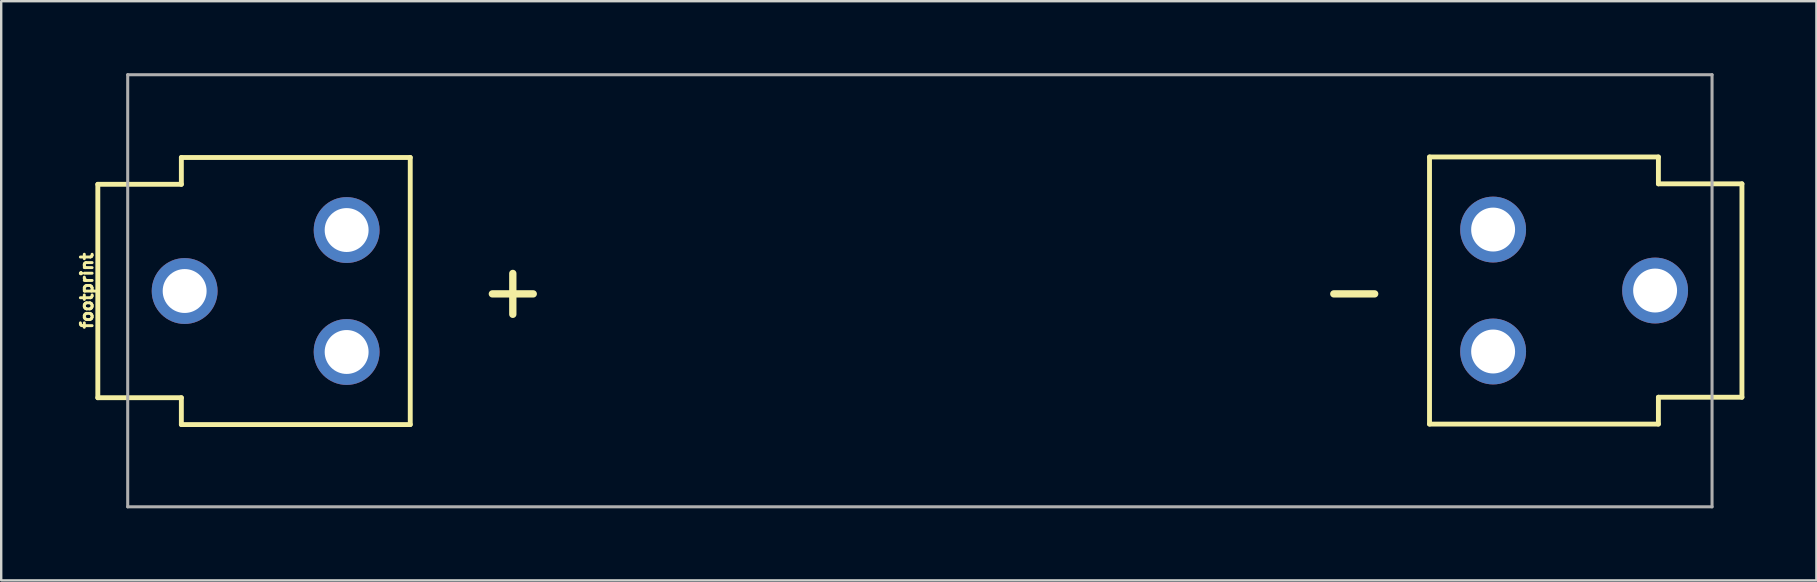
<source format=kicad_pcb>
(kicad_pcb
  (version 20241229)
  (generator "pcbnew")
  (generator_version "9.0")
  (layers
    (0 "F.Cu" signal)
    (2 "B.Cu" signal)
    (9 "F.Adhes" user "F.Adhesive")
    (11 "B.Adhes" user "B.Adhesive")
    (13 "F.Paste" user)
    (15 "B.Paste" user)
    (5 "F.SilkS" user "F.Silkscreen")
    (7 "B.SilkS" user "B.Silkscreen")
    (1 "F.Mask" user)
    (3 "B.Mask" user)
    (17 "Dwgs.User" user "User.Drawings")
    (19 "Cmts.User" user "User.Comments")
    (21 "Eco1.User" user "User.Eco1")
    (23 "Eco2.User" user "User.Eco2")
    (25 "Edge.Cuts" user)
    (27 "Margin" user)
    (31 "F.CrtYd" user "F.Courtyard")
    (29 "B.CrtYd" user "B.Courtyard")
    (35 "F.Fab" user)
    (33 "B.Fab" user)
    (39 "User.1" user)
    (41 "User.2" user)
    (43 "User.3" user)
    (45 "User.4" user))
  (footprint "footprint"
    (layer "F.Cu")
    (at 35.27 9.063)
    (property "Reference" "footprint" (at -34.417 0 90) (layer "F.SilkS") (effects (font (size 0.488 0.488) (thickness 0.122)) (justify bottom)))
    (fp_line (start -34.245 -4.435) (end -30.765 -4.435) (stroke (width 0.203) (type solid)) (layer "F.SilkS"))
    (fp_line (start -34.245 4.455) (end -34.245 -4.435) (stroke (width 0.203) (type solid)) (layer "F.SilkS"))
    (fp_line (start -30.765 -5.553) (end -21.23 -5.553) (stroke (width 0.203) (type solid)) (layer "F.SilkS"))
    (fp_line (start -30.765 -4.435) (end -30.765 -5.553) (stroke (width 0.203) (type solid)) (layer "F.SilkS"))
    (fp_line (start -30.765 4.455) (end -34.245 4.455) (stroke (width 0.203) (type solid)) (layer "F.SilkS"))
    (fp_line (start -30.765 5.573) (end -30.765 4.455) (stroke (width 0.203) (type solid)) (layer "F.SilkS"))
    (fp_line (start -21.23 -5.553) (end -21.23 5.573) (stroke (width 0.203) (type solid)) (layer "F.SilkS"))
    (fp_line (start -21.23 5.573) (end -30.765 5.573) (stroke (width 0.203) (type solid)) (layer "F.SilkS"))
    (fp_line (start 21.23 -5.573) (end 30.765 -5.573) (stroke (width 0.203) (type solid)) (layer "F.SilkS"))
    (fp_line (start 21.23 5.553) (end 21.23 -5.573) (stroke (width 0.203) (type solid)) (layer "F.SilkS"))
    (fp_line (start 30.765 -5.573) (end 30.765 -4.455) (stroke (width 0.203) (type solid)) (layer "F.SilkS"))
    (fp_line (start 30.765 -4.455) (end 34.245 -4.455) (stroke (width 0.203) (type solid)) (layer "F.SilkS"))
    (fp_line (start 30.765 4.435) (end 30.765 5.553) (stroke (width 0.203) (type solid)) (layer "F.SilkS"))
    (fp_line (start 30.765 5.553) (end 21.23 5.553) (stroke (width 0.203) (type solid)) (layer "F.SilkS"))
    (fp_line (start 34.245 -4.455) (end 34.245 4.435) (stroke (width 0.203) (type solid)) (layer "F.SilkS"))
    (fp_line (start 34.245 4.435) (end 30.765 4.435) (stroke (width 0.203) (type solid)) (layer "F.SilkS"))
    (fp_line (start -33 -9) (end -33 9) (stroke (width 0.127) (type solid)) (layer "F.Fab"))
    (fp_line (start -33 -9) (end 33 -9) (stroke (width 0.127) (type solid)) (layer "F.Fab"))
    (fp_line (start 33 -9) (end 33 9) (stroke (width 0.127) (type solid)) (layer "F.Fab"))
    (fp_line (start 33 9) (end -33 9) (stroke (width 0.127) (type solid)) (layer "F.Fab"))
    (fp_text user "-" (at 16.51 1.27 0) (layer "F.SilkS") (effects (font (size 2.235 2.235) (thickness 0.305)) (justify left bottom)))
    (fp_text user "+" (at -18.542 1.27 0) (layer "F.SilkS") (effects (font (size 2.235 2.235) (thickness 0.305)) (justify left bottom)))
    (pad "GND@1" thru_hole circle (at 30.628 -0.01 180) (size 2.743 2.743) (drill 1.829) (layers "*.Cu" "*.Mask"))
    (pad "GND@2" thru_hole circle (at 23.88 -2.55 270) (size 2.743 2.743) (drill 1.829) (layers "*.Cu" "*.Mask"))
    (pad "GND@3" thru_hole circle (at 23.88 2.53 270) (size 2.743 2.743) (drill 1.829) (layers "*.Cu" "*.Mask"))
    (pad "PWR@1" thru_hole circle (at -30.628 0.01) (size 2.743 2.743) (drill 1.829) (layers "*.Cu" "*.Mask"))
    (pad "PWR@2" thru_hole circle (at -23.88 -2.53 90) (size 2.743 2.743) (drill 1.829) (layers "*.Cu" "*.Mask"))
    (pad "PWR@3" thru_hole circle (at -23.88 2.55 90) (size 2.743 2.743) (drill 1.829) (layers "*.Cu" "*.Mask")))
  (gr_rect
    (start -3 -3)
    (end 72.617 21.127)
    (stroke (width 0.1) (type default))
    (fill no)
    (layer "Edge.Cuts")))
</source>
